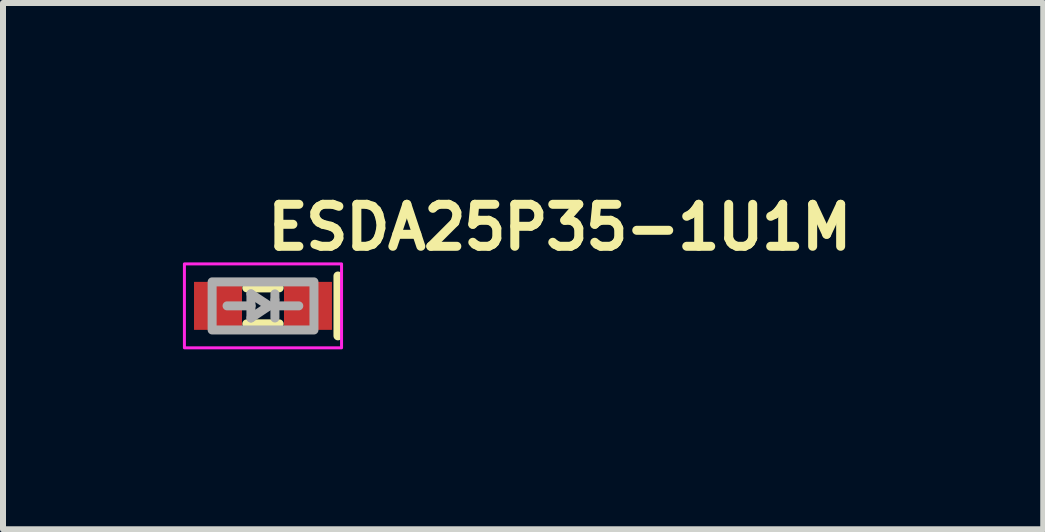
<source format=kicad_pcb>
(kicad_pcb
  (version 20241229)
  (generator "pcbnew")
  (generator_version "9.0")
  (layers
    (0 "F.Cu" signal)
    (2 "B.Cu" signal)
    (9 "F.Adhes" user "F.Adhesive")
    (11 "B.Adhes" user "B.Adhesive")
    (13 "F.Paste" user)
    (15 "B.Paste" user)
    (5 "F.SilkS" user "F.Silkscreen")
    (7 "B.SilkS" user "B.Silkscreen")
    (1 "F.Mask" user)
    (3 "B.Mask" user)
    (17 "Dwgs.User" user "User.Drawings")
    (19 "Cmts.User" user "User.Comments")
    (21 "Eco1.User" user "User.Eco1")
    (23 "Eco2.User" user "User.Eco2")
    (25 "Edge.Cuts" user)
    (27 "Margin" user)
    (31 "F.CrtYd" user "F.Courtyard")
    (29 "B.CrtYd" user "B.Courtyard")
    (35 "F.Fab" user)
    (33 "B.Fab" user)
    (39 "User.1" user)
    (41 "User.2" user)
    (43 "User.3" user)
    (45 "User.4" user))
  (footprint "ESDA25P35-1U1M"
    (layer "F.Cu")
    (at 1.335 2.05)
    (property "Reference" "ESDA25P35-1U1M" (at 0 -0.9 0) (layer "F.SilkS") (effects (font (size 0.7 0.7) (thickness 0.15)) (justify left bottom)))
    (attr smd)
    (fp_line (start -0.27 -0.3) (end 0.27 -0.3) (stroke (width 0.15) (type solid)) (layer "F.SilkS"))
    (fp_line (start -0.27 0.3) (end 0.27 0.3) (stroke (width 0.15) (type solid)) (layer "F.SilkS"))
    (fp_line (start 1.25 0.5) (end 1.25 -0.498) (stroke (width 0.15) (type solid)) (layer "F.SilkS"))
    (fp_rect (start 1.31 0.7) (end -1.31 -0.7) (stroke (width 0.05) (type solid)) (fill no) (layer "F.CrtYd"))
    (fp_line (start -0.599 0) (end -0.201 0) (stroke (width 0.15) (type solid)) (layer "F.Fab"))
    (fp_line (start -0.201 -0.2) (end -0.201 0) (stroke (width 0.15) (type solid)) (layer "F.Fab"))
    (fp_line (start -0.201 0) (end -0.201 0.202) (stroke (width 0.15) (type solid)) (layer "F.Fab"))
    (fp_line (start -0.201 0.202) (end 0.101 0) (stroke (width 0.15) (type solid)) (layer "F.Fab"))
    (fp_line (start 0.101 0) (end -0.201 -0.2) (stroke (width 0.15) (type solid)) (layer "F.Fab"))
    (fp_line (start 0.199 -0.2) (end 0.199 -0.1) (stroke (width 0.15) (type solid)) (layer "F.Fab"))
    (fp_line (start 0.199 0) (end 0.597 0) (stroke (width 0.15) (type solid)) (layer "F.Fab"))
    (fp_line (start 0.199 0.202) (end 0.199 -0.1) (stroke (width 0.15) (type solid)) (layer "F.Fab"))
    (fp_rect (start -0.848 -0.4) (end 0.85 0.402) (stroke (width 0.15) (type solid)) (fill no) (layer "F.Fab"))
    (fp_rect (start 0.81 0.4) (end -0.81 -0.4) (stroke (width 0.1) (type solid)) (fill no) (layer "User.5"))
    (fp_line (start -0.81 -0.34) (end -0.81 -0.148) (stroke (width 0.02) (type solid)) (layer "User.9"))
    (fp_line (start -0.81 -0.148) (end -0.802 -0.148) (stroke (width 0.02) (type solid)) (layer "User.9"))
    (fp_line (start -0.81 0.15) (end -0.81 0.342) (stroke (width 0.02) (type solid)) (layer "User.9"))
    (fp_line (start -0.81 0.342) (end -0.578 0.342) (stroke (width 0.02) (type solid)) (layer "User.9"))
    (fp_line (start -0.802 -0.148) (end -0.794 -0.148) (stroke (width 0.02) (type solid)) (layer "User.9"))
    (fp_line (start -0.802 0.15) (end -0.81 0.15) (stroke (width 0.02) (type solid)) (layer "User.9"))
    (fp_line (start -0.8 -0.4) (end -0.8 -0.34) (stroke (width 0.02) (type solid)) (layer "User.9"))
    (fp_line (start -0.8 0.342) (end -0.8 0.402) (stroke (width 0.02) (type solid)) (layer "User.9"))
    (fp_line (start -0.8 0.402) (end 0.802 0.402) (stroke (width 0.02) (type solid)) (layer "User.9"))
    (fp_line (start -0.794 -0.148) (end -0.786 -0.148) (stroke (width 0.02) (type solid)) (layer "User.9"))
    (fp_line (start -0.794 0.15) (end -0.802 0.15) (stroke (width 0.02) (type solid)) (layer "User.9"))
    (fp_line (start -0.786 -0.148) (end -0.779 -0.147) (stroke (width 0.02) (type solid)) (layer "User.9"))
    (fp_line (start -0.786 0.15) (end -0.794 0.15) (stroke (width 0.02) (type solid)) (layer "User.9"))
    (fp_line (start -0.779 -0.147) (end -0.771 -0.146) (stroke (width 0.02) (type solid)) (layer "User.9"))
    (fp_line (start -0.779 0.149) (end -0.786 0.15) (stroke (width 0.02) (type solid)) (layer "User.9"))
    (fp_line (start -0.771 -0.146) (end -0.763 -0.144) (stroke (width 0.02) (type solid)) (layer "User.9"))
    (fp_line (start -0.771 0.148) (end -0.779 0.149) (stroke (width 0.02) (type solid)) (layer "User.9"))
    (fp_line (start -0.763 -0.144) (end -0.755 -0.143) (stroke (width 0.02) (type solid)) (layer "User.9"))
    (fp_line (start -0.763 0.146) (end -0.771 0.148) (stroke (width 0.02) (type solid)) (layer "User.9"))
    (fp_line (start -0.755 -0.143) (end -0.748 -0.141) (stroke (width 0.02) (type solid)) (layer "User.9"))
    (fp_line (start -0.755 0.145) (end -0.763 0.146) (stroke (width 0.02) (type solid)) (layer "User.9"))
    (fp_line (start -0.748 -0.141) (end -0.741 -0.138) (stroke (width 0.02) (type solid)) (layer "User.9"))
    (fp_line (start -0.748 0.143) (end -0.755 0.145) (stroke (width 0.02) (type solid)) (layer "User.9"))
    (fp_line (start -0.741 -0.138) (end -0.734 -0.135) (stroke (width 0.02) (type solid)) (layer "User.9"))
    (fp_line (start -0.741 0.14) (end -0.748 0.143) (stroke (width 0.02) (type solid)) (layer "User.9"))
    (fp_line (start -0.734 -0.135) (end -0.727 -0.131) (stroke (width 0.02) (type solid)) (layer "User.9"))
    (fp_line (start -0.734 0.137) (end -0.741 0.14) (stroke (width 0.02) (type solid)) (layer "User.9"))
    (fp_line (start -0.727 -0.131) (end -0.721 -0.128) (stroke (width 0.02) (type solid)) (layer "User.9"))
    (fp_line (start -0.727 0.133) (end -0.734 0.137) (stroke (width 0.02) (type solid)) (layer "User.9"))
    (fp_line (start -0.721 -0.128) (end -0.714 -0.123) (stroke (width 0.02) (type solid)) (layer "User.9"))
    (fp_line (start -0.721 0.13) (end -0.727 0.133) (stroke (width 0.02) (type solid)) (layer "User.9"))
    (fp_line (start -0.714 -0.123) (end -0.708 -0.119) (stroke (width 0.02) (type solid)) (layer "User.9"))
    (fp_line (start -0.714 0.125) (end -0.721 0.13) (stroke (width 0.02) (type solid)) (layer "User.9"))
    (fp_line (start -0.708 -0.119) (end -0.703 -0.114) (stroke (width 0.02) (type solid)) (layer "User.9"))
    (fp_line (start -0.708 0.12) (end -0.714 0.125) (stroke (width 0.02) (type solid)) (layer "User.9"))
    (fp_line (start -0.703 -0.114) (end -0.697 -0.108) (stroke (width 0.02) (type solid)) (layer "User.9"))
    (fp_line (start -0.703 0.116) (end -0.708 0.12) (stroke (width 0.02) (type solid)) (layer "User.9"))
    (fp_line (start -0.697 -0.108) (end -0.697 -0.108) (stroke (width 0.02) (type solid)) (layer "User.9"))
    (fp_line (start -0.697 -0.108) (end -0.691 -0.104) (stroke (width 0.02) (type solid)) (layer "User.9"))
    (fp_line (start -0.697 0.11) (end -0.703 0.116) (stroke (width 0.02) (type solid)) (layer "User.9"))
    (fp_line (start -0.697 0.11) (end -0.697 0.11) (stroke (width 0.02) (type solid)) (layer "User.9"))
    (fp_line (start -0.691 -0.104) (end -0.686 -0.098) (stroke (width 0.02) (type solid)) (layer "User.9"))
    (fp_line (start -0.691 0.105) (end -0.697 0.11) (stroke (width 0.02) (type solid)) (layer "User.9"))
    (fp_line (start -0.686 -0.098) (end -0.681 -0.091) (stroke (width 0.02) (type solid)) (layer "User.9"))
    (fp_line (start -0.686 0.1) (end -0.691 0.105) (stroke (width 0.02) (type solid)) (layer "User.9"))
    (fp_line (start -0.681 -0.091) (end -0.677 -0.086) (stroke (width 0.02) (type solid)) (layer "User.9"))
    (fp_line (start -0.681 0.093) (end -0.686 0.1) (stroke (width 0.02) (type solid)) (layer "User.9"))
    (fp_line (start -0.677 -0.086) (end -0.673 -0.078) (stroke (width 0.02) (type solid)) (layer "User.9"))
    (fp_line (start -0.677 0.088) (end -0.681 0.093) (stroke (width 0.02) (type solid)) (layer "User.9"))
    (fp_line (start -0.673 -0.078) (end -0.669 -0.072) (stroke (width 0.02) (type solid)) (layer "User.9"))
    (fp_line (start -0.673 0.08) (end -0.677 0.088) (stroke (width 0.02) (type solid)) (layer "User.9"))
    (fp_line (start -0.669 -0.072) (end -0.665 -0.066) (stroke (width 0.02) (type solid)) (layer "User.9"))
    (fp_line (start -0.669 0.074) (end -0.673 0.08) (stroke (width 0.02) (type solid)) (layer "User.9"))
    (fp_line (start -0.665 -0.066) (end -0.662 -0.059) (stroke (width 0.02) (type solid)) (layer "User.9"))
    (fp_line (start -0.665 0.068) (end -0.669 0.074) (stroke (width 0.02) (type solid)) (layer "User.9"))
    (fp_line (start -0.662 -0.059) (end -0.659 -0.052) (stroke (width 0.02) (type solid)) (layer "User.9"))
    (fp_line (start -0.662 0.06) (end -0.665 0.068) (stroke (width 0.02) (type solid)) (layer "User.9"))
    (fp_line (start -0.659 -0.052) (end -0.657 -0.044) (stroke (width 0.02) (type solid)) (layer "User.9"))
    (fp_line (start -0.659 0.053) (end -0.662 0.06) (stroke (width 0.02) (type solid)) (layer "User.9"))
    (fp_line (start -0.657 -0.044) (end -0.654 -0.037) (stroke (width 0.02) (type solid)) (layer "User.9"))
    (fp_line (start -0.657 0.046) (end -0.659 0.053) (stroke (width 0.02) (type solid)) (layer "User.9"))
    (fp_line (start -0.654 -0.037) (end -0.653 -0.029) (stroke (width 0.02) (type solid)) (layer "User.9"))
    (fp_line (start -0.654 0.039) (end -0.657 0.046) (stroke (width 0.02) (type solid)) (layer "User.9"))
    (fp_line (start -0.653 -0.029) (end -0.651 -0.022) (stroke (width 0.02) (type solid)) (layer "User.9"))
    (fp_line (start -0.653 0.031) (end -0.654 0.039) (stroke (width 0.02) (type solid)) (layer "User.9"))
    (fp_line (start -0.651 -0.022) (end -0.65 -0.014) (stroke (width 0.02) (type solid)) (layer "User.9"))
    (fp_line (start -0.651 0.024) (end -0.653 0.031) (stroke (width 0.02) (type solid)) (layer "User.9"))
    (fp_line (start -0.65 -0.014) (end -0.65 -0.007) (stroke (width 0.02) (type solid)) (layer "User.9"))
    (fp_line (start -0.65 -0.007) (end -0.65 0) (stroke (width 0.02) (type solid)) (layer "User.9"))
    (fp_line (start -0.65 0) (end -0.65 0.008) (stroke (width 0.02) (type solid)) (layer "User.9"))
    (fp_line (start -0.65 0.008) (end -0.65 0.016) (stroke (width 0.02) (type solid)) (layer "User.9"))
    (fp_line (start -0.65 0.016) (end -0.651 0.024) (stroke (width 0.02) (type solid)) (layer "User.9"))
    (fp_line (start -0.598 -0.306) (end -0.597 -0.309) (stroke (width 0.02) (type solid)) (layer "User.9"))
    (fp_line (start -0.598 -0.304) (end -0.598 -0.306) (stroke (width 0.02) (type solid)) (layer "User.9"))
    (fp_line (start -0.598 -0.301) (end -0.598 -0.304) (stroke (width 0.02) (type solid)) (layer "User.9"))
    (fp_line (start -0.598 -0.298) (end -0.598 -0.301) (stroke (width 0.02) (type solid)) (layer "User.9"))
    (fp_line (start -0.598 -0.298) (end -0.598 0.3) (stroke (width 0.02) (type solid)) (layer "User.9"))
    (fp_line (start -0.598 0.303) (end -0.598 0.3) (stroke (width 0.02) (type solid)) (layer "User.9"))
    (fp_line (start -0.598 0.306) (end -0.598 0.303) (stroke (width 0.02) (type solid)) (layer "User.9"))
    (fp_line (start -0.598 0.308) (end -0.598 0.306) (stroke (width 0.02) (type solid)) (layer "User.9"))
    (fp_line (start -0.597 -0.311) (end -0.596 -0.313) (stroke (width 0.02) (type solid)) (layer "User.9"))
    (fp_line (start -0.597 -0.309) (end -0.597 -0.311) (stroke (width 0.02) (type solid)) (layer "User.9"))
    (fp_line (start -0.597 0.311) (end -0.598 0.308) (stroke (width 0.02) (type solid)) (layer "User.9"))
    (fp_line (start -0.597 0.313) (end -0.597 0.311) (stroke (width 0.02) (type solid)) (layer "User.9"))
    (fp_line (start -0.596 -0.313) (end -0.595 -0.316) (stroke (width 0.02) (type solid)) (layer "User.9"))
    (fp_line (start -0.596 0.315) (end -0.597 0.313) (stroke (width 0.02) (type solid)) (layer "User.9"))
    (fp_line (start -0.595 -0.318) (end -0.594 -0.321) (stroke (width 0.02) (type solid)) (layer "User.9"))
    (fp_line (start -0.595 -0.316) (end -0.595 -0.318) (stroke (width 0.02) (type solid)) (layer "User.9"))
    (fp_line (start -0.595 0.318) (end -0.596 0.315) (stroke (width 0.02) (type solid)) (layer "User.9"))
    (fp_line (start -0.595 0.32) (end -0.595 0.318) (stroke (width 0.02) (type solid)) (layer "User.9"))
    (fp_line (start -0.594 -0.321) (end -0.592 -0.323) (stroke (width 0.02) (type solid)) (layer "User.9"))
    (fp_line (start -0.594 0.323) (end -0.595 0.32) (stroke (width 0.02) (type solid)) (layer "User.9"))
    (fp_line (start -0.592 -0.323) (end -0.591 -0.325) (stroke (width 0.02) (type solid)) (layer "User.9"))
    (fp_line (start -0.592 0.325) (end -0.594 0.323) (stroke (width 0.02) (type solid)) (layer "User.9"))
    (fp_line (start -0.591 -0.325) (end -0.59 -0.327) (stroke (width 0.02) (type solid)) (layer "User.9"))
    (fp_line (start -0.591 0.327) (end -0.592 0.325) (stroke (width 0.02) (type solid)) (layer "User.9"))
    (fp_line (start -0.59 -0.327) (end -0.589 -0.329) (stroke (width 0.02) (type solid)) (layer "User.9"))
    (fp_line (start -0.59 0.329) (end -0.591 0.327) (stroke (width 0.02) (type solid)) (layer "User.9"))
    (fp_line (start -0.589 -0.329) (end -0.587 -0.331) (stroke (width 0.02) (type solid)) (layer "User.9"))
    (fp_line (start -0.589 0.331) (end -0.59 0.329) (stroke (width 0.02) (type solid)) (layer "User.9"))
    (fp_line (start -0.587 -0.331) (end -0.586 -0.333) (stroke (width 0.02) (type solid)) (layer "User.9"))
    (fp_line (start -0.587 0.333) (end -0.589 0.331) (stroke (width 0.02) (type solid)) (layer "User.9"))
    (fp_line (start -0.586 -0.333) (end -0.584 -0.335) (stroke (width 0.02) (type solid)) (layer "User.9"))
    (fp_line (start -0.586 0.335) (end -0.587 0.333) (stroke (width 0.02) (type solid)) (layer "User.9"))
    (fp_line (start -0.584 -0.335) (end -0.582 -0.337) (stroke (width 0.02) (type solid)) (layer "User.9"))
    (fp_line (start -0.584 0.337) (end -0.586 0.335) (stroke (width 0.02) (type solid)) (layer "User.9"))
    (fp_line (start -0.582 -0.337) (end -0.58 -0.338) (stroke (width 0.02) (type solid)) (layer "User.9"))
    (fp_line (start -0.582 0.339) (end -0.584 0.337) (stroke (width 0.02) (type solid)) (layer "User.9"))
    (fp_line (start -0.58 -0.338) (end -0.578 -0.34) (stroke (width 0.02) (type solid)) (layer "User.9"))
    (fp_line (start -0.58 0.34) (end -0.582 0.339) (stroke (width 0.02) (type solid)) (layer "User.9"))
    (fp_line (start -0.578 -0.34) (end -0.81 -0.34) (stroke (width 0.02) (type solid)) (layer "User.9"))
    (fp_line (start -0.578 -0.34) (end -0.576 -0.341) (stroke (width 0.02) (type solid)) (layer "User.9"))
    (fp_line (start -0.578 0.342) (end -0.58 0.34) (stroke (width 0.02) (type solid)) (layer "User.9"))
    (fp_line (start -0.576 -0.341) (end -0.575 -0.342) (stroke (width 0.02) (type solid)) (layer "User.9"))
    (fp_line (start -0.576 0.343) (end -0.578 0.342) (stroke (width 0.02) (type solid)) (layer "User.9"))
    (fp_line (start -0.575 -0.342) (end -0.573 -0.343) (stroke (width 0.02) (type solid)) (layer "User.9"))
    (fp_line (start -0.575 0.344) (end -0.576 0.343) (stroke (width 0.02) (type solid)) (layer "User.9"))
    (fp_line (start -0.573 -0.343) (end -0.571 -0.345) (stroke (width 0.02) (type solid)) (layer "User.9"))
    (fp_line (start -0.573 0.345) (end -0.575 0.344) (stroke (width 0.02) (type solid)) (layer "User.9"))
    (fp_line (start -0.571 -0.345) (end -0.569 -0.346) (stroke (width 0.02) (type solid)) (layer "User.9"))
    (fp_line (start -0.571 0.347) (end -0.573 0.345) (stroke (width 0.02) (type solid)) (layer "User.9"))
    (fp_line (start -0.569 -0.346) (end -0.567 -0.346) (stroke (width 0.02) (type solid)) (layer "User.9"))
    (fp_line (start -0.569 0.348) (end -0.571 0.347) (stroke (width 0.02) (type solid)) (layer "User.9"))
    (fp_line (start -0.567 -0.346) (end -0.564 -0.347) (stroke (width 0.02) (type solid)) (layer "User.9"))
    (fp_line (start -0.567 0.348) (end -0.569 0.348) (stroke (width 0.02) (type solid)) (layer "User.9"))
    (fp_line (start -0.564 -0.347) (end -0.562 -0.348) (stroke (width 0.02) (type solid)) (layer "User.9"))
    (fp_line (start -0.564 0.349) (end -0.567 0.348) (stroke (width 0.02) (type solid)) (layer "User.9"))
    (fp_line (start -0.562 -0.348) (end -0.56 -0.348) (stroke (width 0.02) (type solid)) (layer "User.9"))
    (fp_line (start -0.562 0.35) (end -0.564 0.349) (stroke (width 0.02) (type solid)) (layer "User.9"))
    (fp_line (start -0.56 -0.348) (end -0.557 -0.349) (stroke (width 0.02) (type solid)) (layer "User.9"))
    (fp_line (start -0.56 0.35) (end -0.562 0.35) (stroke (width 0.02) (type solid)) (layer "User.9"))
    (fp_line (start -0.557 -0.349) (end -0.555 -0.349) (stroke (width 0.02) (type solid)) (layer "User.9"))
    (fp_line (start -0.557 0.351) (end -0.56 0.35) (stroke (width 0.02) (type solid)) (layer "User.9"))
    (fp_line (start -0.555 -0.349) (end -0.552 -0.349) (stroke (width 0.02) (type solid)) (layer "User.9"))
    (fp_line (start -0.555 0.351) (end -0.557 0.351) (stroke (width 0.02) (type solid)) (layer "User.9"))
    (fp_line (start -0.552 -0.349) (end -0.55 -0.349) (stroke (width 0.02) (type solid)) (layer "User.9"))
    (fp_line (start -0.552 0.351) (end -0.555 0.351) (stroke (width 0.02) (type solid)) (layer "User.9"))
    (fp_line (start -0.55 0.351) (end -0.552 0.351) (stroke (width 0.02) (type solid)) (layer "User.9"))
    (fp_line (start -0.55 0.351) (end 0.552 0.351) (stroke (width 0.02) (type solid)) (layer "User.9"))
    (fp_line (start 0.5 -0.39) (end 0.5 -0.349) (stroke (width 0.02) (type solid)) (layer "User.9"))
    (fp_line (start 0.5 0.351) (end 0.5 0.392) (stroke (width 0.02) (type solid)) (layer "User.9"))
    (fp_line (start 0.5 0.392) (end 0.782 0.392) (stroke (width 0.02) (type solid)) (layer "User.9"))
    (fp_line (start 0.552 -0.349) (end -0.55 -0.349) (stroke (width 0.02) (type solid)) (layer "User.9"))
    (fp_line (start 0.552 -0.349) (end 0.554 -0.349) (stroke (width 0.02) (type solid)) (layer "User.9"))
    (fp_line (start 0.554 -0.349) (end 0.557 -0.349) (stroke (width 0.02) (type solid)) (layer "User.9"))
    (fp_line (start 0.554 0.351) (end 0.552 0.351) (stroke (width 0.02) (type solid)) (layer "User.9"))
    (fp_line (start 0.557 -0.349) (end 0.559 -0.349) (stroke (width 0.02) (type solid)) (layer "User.9"))
    (fp_line (start 0.557 0.351) (end 0.554 0.351) (stroke (width 0.02) (type solid)) (layer "User.9"))
    (fp_line (start 0.559 -0.349) (end 0.562 -0.348) (stroke (width 0.02) (type solid)) (layer "User.9"))
    (fp_line (start 0.559 0.351) (end 0.557 0.351) (stroke (width 0.02) (type solid)) (layer "User.9"))
    (fp_line (start 0.562 -0.348) (end 0.564 -0.348) (stroke (width 0.02) (type solid)) (layer "User.9"))
    (fp_line (start 0.562 0.35) (end 0.559 0.351) (stroke (width 0.02) (type solid)) (layer "User.9"))
    (fp_line (start 0.564 -0.348) (end 0.566 -0.347) (stroke (width 0.02) (type solid)) (layer "User.9"))
    (fp_line (start 0.564 0.35) (end 0.562 0.35) (stroke (width 0.02) (type solid)) (layer "User.9"))
    (fp_line (start 0.566 -0.347) (end 0.569 -0.346) (stroke (width 0.02) (type solid)) (layer "User.9"))
    (fp_line (start 0.566 0.349) (end 0.564 0.35) (stroke (width 0.02) (type solid)) (layer "User.9"))
    (fp_line (start 0.569 -0.346) (end 0.571 -0.346) (stroke (width 0.02) (type solid)) (layer "User.9"))
    (fp_line (start 0.569 0.348) (end 0.566 0.349) (stroke (width 0.02) (type solid)) (layer "User.9"))
    (fp_line (start 0.571 -0.346) (end 0.573 -0.345) (stroke (width 0.02) (type solid)) (layer "User.9"))
    (fp_line (start 0.571 0.348) (end 0.569 0.348) (stroke (width 0.02) (type solid)) (layer "User.9"))
    (fp_line (start 0.573 -0.345) (end 0.575 -0.343) (stroke (width 0.02) (type solid)) (layer "User.9"))
    (fp_line (start 0.573 0.347) (end 0.571 0.348) (stroke (width 0.02) (type solid)) (layer "User.9"))
    (fp_line (start 0.575 -0.343) (end 0.577 -0.342) (stroke (width 0.02) (type solid)) (layer "User.9"))
    (fp_line (start 0.575 0.345) (end 0.573 0.347) (stroke (width 0.02) (type solid)) (layer "User.9"))
    (fp_line (start 0.577 -0.342) (end 0.578 -0.341) (stroke (width 0.02) (type solid)) (layer "User.9"))
    (fp_line (start 0.577 0.344) (end 0.575 0.345) (stroke (width 0.02) (type solid)) (layer "User.9"))
    (fp_line (start 0.578 -0.341) (end 0.58 -0.34) (stroke (width 0.02) (type solid)) (layer "User.9"))
    (fp_line (start 0.578 0.343) (end 0.577 0.344) (stroke (width 0.02) (type solid)) (layer "User.9"))
    (fp_line (start 0.58 -0.34) (end 0.582 -0.338) (stroke (width 0.02) (type solid)) (layer "User.9"))
    (fp_line (start 0.58 0.342) (end 0.578 0.343) (stroke (width 0.02) (type solid)) (layer "User.9"))
    (fp_line (start 0.58 0.342) (end 0.812 0.342) (stroke (width 0.02) (type solid)) (layer "User.9"))
    (fp_line (start 0.582 -0.338) (end 0.584 -0.337) (stroke (width 0.02) (type solid)) (layer "User.9"))
    (fp_line (start 0.582 0.34) (end 0.58 0.342) (stroke (width 0.02) (type solid)) (layer "User.9"))
    (fp_line (start 0.584 -0.337) (end 0.586 -0.335) (stroke (width 0.02) (type solid)) (layer "User.9"))
    (fp_line (start 0.584 0.339) (end 0.582 0.34) (stroke (width 0.02) (type solid)) (layer "User.9"))
    (fp_line (start 0.586 -0.335) (end 0.588 -0.333) (stroke (width 0.02) (type solid)) (layer "User.9"))
    (fp_line (start 0.586 0.337) (end 0.584 0.339) (stroke (width 0.02) (type solid)) (layer "User.9"))
    (fp_line (start 0.588 -0.333) (end 0.589 -0.331) (stroke (width 0.02) (type solid)) (layer "User.9"))
    (fp_line (start 0.588 0.335) (end 0.586 0.337) (stroke (width 0.02) (type solid)) (layer "User.9"))
    (fp_line (start 0.589 -0.331) (end 0.591 -0.329) (stroke (width 0.02) (type solid)) (layer "User.9"))
    (fp_line (start 0.589 0.333) (end 0.588 0.335) (stroke (width 0.02) (type solid)) (layer "User.9"))
    (fp_line (start 0.591 -0.329) (end 0.592 -0.327) (stroke (width 0.02) (type solid)) (layer "User.9"))
    (fp_line (start 0.591 0.331) (end 0.589 0.333) (stroke (width 0.02) (type solid)) (layer "User.9"))
    (fp_line (start 0.592 -0.327) (end 0.593 -0.325) (stroke (width 0.02) (type solid)) (layer "User.9"))
    (fp_line (start 0.592 0.329) (end 0.591 0.331) (stroke (width 0.02) (type solid)) (layer "User.9"))
    (fp_line (start 0.593 -0.325) (end 0.594 -0.323) (stroke (width 0.02) (type solid)) (layer "User.9"))
    (fp_line (start 0.593 0.327) (end 0.592 0.329) (stroke (width 0.02) (type solid)) (layer "User.9"))
    (fp_line (start 0.594 -0.323) (end 0.596 -0.321) (stroke (width 0.02) (type solid)) (layer "User.9"))
    (fp_line (start 0.594 0.325) (end 0.593 0.327) (stroke (width 0.02) (type solid)) (layer "User.9"))
    (fp_line (start 0.596 -0.321) (end 0.597 -0.318) (stroke (width 0.02) (type solid)) (layer "User.9"))
    (fp_line (start 0.596 0.323) (end 0.594 0.325) (stroke (width 0.02) (type solid)) (layer "User.9"))
    (fp_line (start 0.597 -0.318) (end 0.597 -0.316) (stroke (width 0.02) (type solid)) (layer "User.9"))
    (fp_line (start 0.597 -0.316) (end 0.598 -0.313) (stroke (width 0.02) (type solid)) (layer "User.9"))
    (fp_line (start 0.597 0.318) (end 0.597 0.32) (stroke (width 0.02) (type solid)) (layer "User.9"))
    (fp_line (start 0.597 0.32) (end 0.596 0.323) (stroke (width 0.02) (type solid)) (layer "User.9"))
    (fp_line (start 0.598 -0.313) (end 0.599 -0.311) (stroke (width 0.02) (type solid)) (layer "User.9"))
    (fp_line (start 0.598 0.315) (end 0.597 0.318) (stroke (width 0.02) (type solid)) (layer "User.9"))
    (fp_line (start 0.599 -0.311) (end 0.599 -0.309) (stroke (width 0.02) (type solid)) (layer "User.9"))
    (fp_line (start 0.599 -0.309) (end 0.6 -0.306) (stroke (width 0.02) (type solid)) (layer "User.9"))
    (fp_line (start 0.599 0.311) (end 0.599 0.313) (stroke (width 0.02) (type solid)) (layer "User.9"))
    (fp_line (start 0.599 0.313) (end 0.598 0.315) (stroke (width 0.02) (type solid)) (layer "User.9"))
    (fp_line (start 0.6 -0.306) (end 0.6 -0.304) (stroke (width 0.02) (type solid)) (layer "User.9"))
    (fp_line (start 0.6 -0.304) (end 0.6 -0.301) (stroke (width 0.02) (type solid)) (layer "User.9"))
    (fp_line (start 0.6 -0.301) (end 0.6 -0.298) (stroke (width 0.02) (type solid)) (layer "User.9"))
    (fp_line (start 0.6 0.3) (end 0.6 -0.298) (stroke (width 0.02) (type solid)) (layer "User.9"))
    (fp_line (start 0.6 0.3) (end 0.6 0.303) (stroke (width 0.02) (type solid)) (layer "User.9"))
    (fp_line (start 0.6 0.303) (end 0.6 0.306) (stroke (width 0.02) (type solid)) (layer "User.9"))
    (fp_line (start 0.6 0.306) (end 0.6 0.308) (stroke (width 0.02) (type solid)) (layer "User.9"))
    (fp_line (start 0.6 0.308) (end 0.599 0.311) (stroke (width 0.02) (type solid)) (layer "User.9"))
    (fp_line (start 0.651 0) (end 0.652 -0.01) (stroke (width 0.02) (type solid)) (layer "User.9"))
    (fp_line (start 0.652 -0.01) (end 0.653 -0.02) (stroke (width 0.02) (type solid)) (layer "User.9"))
    (fp_line (start 0.652 0.011) (end 0.651 0) (stroke (width 0.02) (type solid)) (layer "User.9"))
    (fp_line (start 0.653 -0.02) (end 0.655 -0.029) (stroke (width 0.02) (type solid)) (layer "User.9"))
    (fp_line (start 0.653 0.022) (end 0.652 0.011) (stroke (width 0.02) (type solid)) (layer "User.9"))
    (fp_line (start 0.655 -0.029) (end 0.657 -0.04) (stroke (width 0.02) (type solid)) (layer "User.9"))
    (fp_line (start 0.655 0.031) (end 0.653 0.022) (stroke (width 0.02) (type solid)) (layer "User.9"))
    (fp_line (start 0.657 -0.04) (end 0.66 -0.049) (stroke (width 0.02) (type solid)) (layer "User.9"))
    (fp_line (start 0.657 0.042) (end 0.655 0.031) (stroke (width 0.02) (type solid)) (layer "User.9"))
    (fp_line (start 0.66 -0.049) (end 0.664 -0.059) (stroke (width 0.02) (type solid)) (layer "User.9"))
    (fp_line (start 0.66 0.051) (end 0.657 0.042) (stroke (width 0.02) (type solid)) (layer "User.9"))
    (fp_line (start 0.664 -0.059) (end 0.668 -0.068) (stroke (width 0.02) (type solid)) (layer "User.9"))
    (fp_line (start 0.664 0.06) (end 0.66 0.051) (stroke (width 0.02) (type solid)) (layer "User.9"))
    (fp_line (start 0.668 -0.068) (end 0.673 -0.076) (stroke (width 0.02) (type solid)) (layer "User.9"))
    (fp_line (start 0.668 0.07) (end 0.664 0.06) (stroke (width 0.02) (type solid)) (layer "User.9"))
    (fp_line (start 0.673 -0.076) (end 0.673 -0.076) (stroke (width 0.02) (type solid)) (layer "User.9"))
    (fp_line (start 0.673 -0.076) (end 0.676 -0.082) (stroke (width 0.02) (type solid)) (layer "User.9"))
    (fp_line (start 0.673 0.078) (end 0.668 0.07) (stroke (width 0.02) (type solid)) (layer "User.9"))
    (fp_line (start 0.673 0.078) (end 0.673 0.078) (stroke (width 0.02) (type solid)) (layer "User.9"))
    (fp_line (start 0.676 -0.082) (end 0.679 -0.086) (stroke (width 0.02) (type solid)) (layer "User.9"))
    (fp_line (start 0.679 -0.086) (end 0.682 -0.089) (stroke (width 0.02) (type solid)) (layer "User.9"))
    (fp_line (start 0.679 0.088) (end 0.673 0.078) (stroke (width 0.02) (type solid)) (layer "User.9"))
    (fp_line (start 0.682 -0.089) (end 0.685 -0.093) (stroke (width 0.02) (type solid)) (layer "User.9"))
    (fp_line (start 0.685 -0.093) (end 0.689 -0.098) (stroke (width 0.02) (type solid)) (layer "User.9"))
    (fp_line (start 0.685 0.095) (end 0.679 0.088) (stroke (width 0.02) (type solid)) (layer "User.9"))
    (fp_line (start 0.689 -0.098) (end 0.692 -0.102) (stroke (width 0.02) (type solid)) (layer "User.9"))
    (fp_line (start 0.692 -0.102) (end 0.696 -0.105) (stroke (width 0.02) (type solid)) (layer "User.9"))
    (fp_line (start 0.692 0.104) (end 0.685 0.095) (stroke (width 0.02) (type solid)) (layer "User.9"))
    (fp_line (start 0.696 -0.105) (end 0.699 -0.108) (stroke (width 0.02) (type solid)) (layer "User.9"))
    (fp_line (start 0.699 -0.108) (end 0.703 -0.113) (stroke (width 0.02) (type solid)) (layer "User.9"))
    (fp_line (start 0.699 0.11) (end 0.692 0.104) (stroke (width 0.02) (type solid)) (layer "User.9"))
    (fp_line (start 0.703 -0.113) (end 0.706 -0.116) (stroke (width 0.02) (type solid)) (layer "User.9"))
    (fp_line (start 0.706 -0.116) (end 0.71 -0.119) (stroke (width 0.02) (type solid)) (layer "User.9"))
    (fp_line (start 0.706 0.118) (end 0.699 0.11) (stroke (width 0.02) (type solid)) (layer "User.9"))
    (fp_line (start 0.71 -0.119) (end 0.714 -0.121) (stroke (width 0.02) (type solid)) (layer "User.9"))
    (fp_line (start 0.714 -0.121) (end 0.718 -0.124) (stroke (width 0.02) (type solid)) (layer "User.9"))
    (fp_line (start 0.714 0.123) (end 0.706 0.118) (stroke (width 0.02) (type solid)) (layer "User.9"))
    (fp_line (start 0.718 -0.124) (end 0.723 -0.128) (stroke (width 0.02) (type solid)) (layer "User.9"))
    (fp_line (start 0.723 -0.128) (end 0.727 -0.13) (stroke (width 0.02) (type solid)) (layer "User.9"))
    (fp_line (start 0.723 0.13) (end 0.714 0.123) (stroke (width 0.02) (type solid)) (layer "User.9"))
    (fp_line (start 0.727 -0.13) (end 0.731 -0.133) (stroke (width 0.02) (type solid)) (layer "User.9"))
    (fp_line (start 0.731 -0.133) (end 0.736 -0.135) (stroke (width 0.02) (type solid)) (layer "User.9"))
    (fp_line (start 0.731 0.135) (end 0.723 0.13) (stroke (width 0.02) (type solid)) (layer "User.9"))
    (fp_line (start 0.736 -0.135) (end 0.74 -0.137) (stroke (width 0.02) (type solid)) (layer "User.9"))
    (fp_line (start 0.74 -0.137) (end 0.745 -0.139) (stroke (width 0.02) (type solid)) (layer "User.9"))
    (fp_line (start 0.74 0.139) (end 0.731 0.135) (stroke (width 0.02) (type solid)) (layer "User.9"))
    (fp_line (start 0.745 -0.139) (end 0.75 -0.141) (stroke (width 0.02) (type solid)) (layer "User.9"))
    (fp_line (start 0.75 -0.141) (end 0.755 -0.142) (stroke (width 0.02) (type solid)) (layer "User.9"))
    (fp_line (start 0.75 0.143) (end 0.74 0.139) (stroke (width 0.02) (type solid)) (layer "User.9"))
    (fp_line (start 0.755 -0.142) (end 0.76 -0.144) (stroke (width 0.02) (type solid)) (layer "User.9"))
    (fp_line (start 0.76 -0.144) (end 0.764 -0.144) (stroke (width 0.02) (type solid)) (layer "User.9"))
    (fp_line (start 0.76 0.145) (end 0.75 0.143) (stroke (width 0.02) (type solid)) (layer "User.9"))
    (fp_line (start 0.764 -0.144) (end 0.77 -0.145) (stroke (width 0.02) (type solid)) (layer "User.9"))
    (fp_line (start 0.77 -0.145) (end 0.775 -0.146) (stroke (width 0.02) (type solid)) (layer "User.9"))
    (fp_line (start 0.77 0.147) (end 0.76 0.145) (stroke (width 0.02) (type solid)) (layer "User.9"))
    (fp_line (start 0.775 -0.146) (end 0.78 -0.147) (stroke (width 0.02) (type solid)) (layer "User.9"))
    (fp_line (start 0.78 -0.147) (end 0.786 -0.148) (stroke (width 0.02) (type solid)) (layer "User.9"))
    (fp_line (start 0.78 0.149) (end 0.77 0.147) (stroke (width 0.02) (type solid)) (layer "User.9"))
    (fp_line (start 0.782 -0.39) (end 0.5 -0.39) (stroke (width 0.02) (type solid)) (layer "User.9"))
    (fp_line (start 0.782 -0.34) (end 0.782 -0.39) (stroke (width 0.02) (type solid)) (layer "User.9"))
    (fp_line (start 0.782 0.392) (end 0.782 0.342) (stroke (width 0.02) (type solid)) (layer "User.9"))
    (fp_line (start 0.786 -0.148) (end 0.791 -0.148) (stroke (width 0.02) (type solid)) (layer "User.9"))
    (fp_line (start 0.791 -0.148) (end 0.796 -0.148) (stroke (width 0.02) (type solid)) (layer "User.9"))
    (fp_line (start 0.791 0.15) (end 0.78 0.149) (stroke (width 0.02) (type solid)) (layer "User.9"))
    (fp_line (start 0.796 -0.148) (end 0.801 -0.149) (stroke (width 0.02) (type solid)) (layer "User.9"))
    (fp_line (start 0.801 -0.149) (end 0.806 -0.148) (stroke (width 0.02) (type solid)) (layer "User.9"))
    (fp_line (start 0.801 0.151) (end 0.791 0.15) (stroke (width 0.02) (type solid)) (layer "User.9"))
    (fp_line (start 0.802 -0.4) (end -0.8 -0.4) (stroke (width 0.02) (type solid)) (layer "User.9"))
    (fp_line (start 0.802 -0.34) (end 0.802 -0.4) (stroke (width 0.02) (type solid)) (layer "User.9"))
    (fp_line (start 0.802 0.402) (end 0.802 0.342) (stroke (width 0.02) (type solid)) (layer "User.9"))
    (fp_line (start 0.806 -0.148) (end 0.812 -0.148) (stroke (width 0.02) (type solid)) (layer "User.9"))
    (fp_line (start 0.812 -0.34) (end 0.58 -0.34) (stroke (width 0.02) (type solid)) (layer "User.9"))
    (fp_line (start 0.812 -0.148) (end 0.812 -0.34) (stroke (width 0.02) (type solid)) (layer "User.9"))
    (fp_line (start 0.812 0.15) (end 0.801 0.151) (stroke (width 0.02) (type solid)) (layer "User.9"))
    (fp_line (start 0.812 0.342) (end 0.812 0.15) (stroke (width 0.02) (type solid)) (layer "User.9"))
    (pad "1" smd rect (at -0.75 0 180) (size 0.8 0.8) (layers "F.Cu" "F.Mask" "F.Paste"))
    (pad "2" smd rect (at 0.75 0 180) (size 0.8 0.8) (layers "F.Cu" "F.Mask" "F.Paste")))
  (gr_rect
    (start -3 -3)
    (end 14.345 5.775)
    (stroke (width 0.1) (type default))
    (fill no)
    (layer "Edge.Cuts")))
</source>
